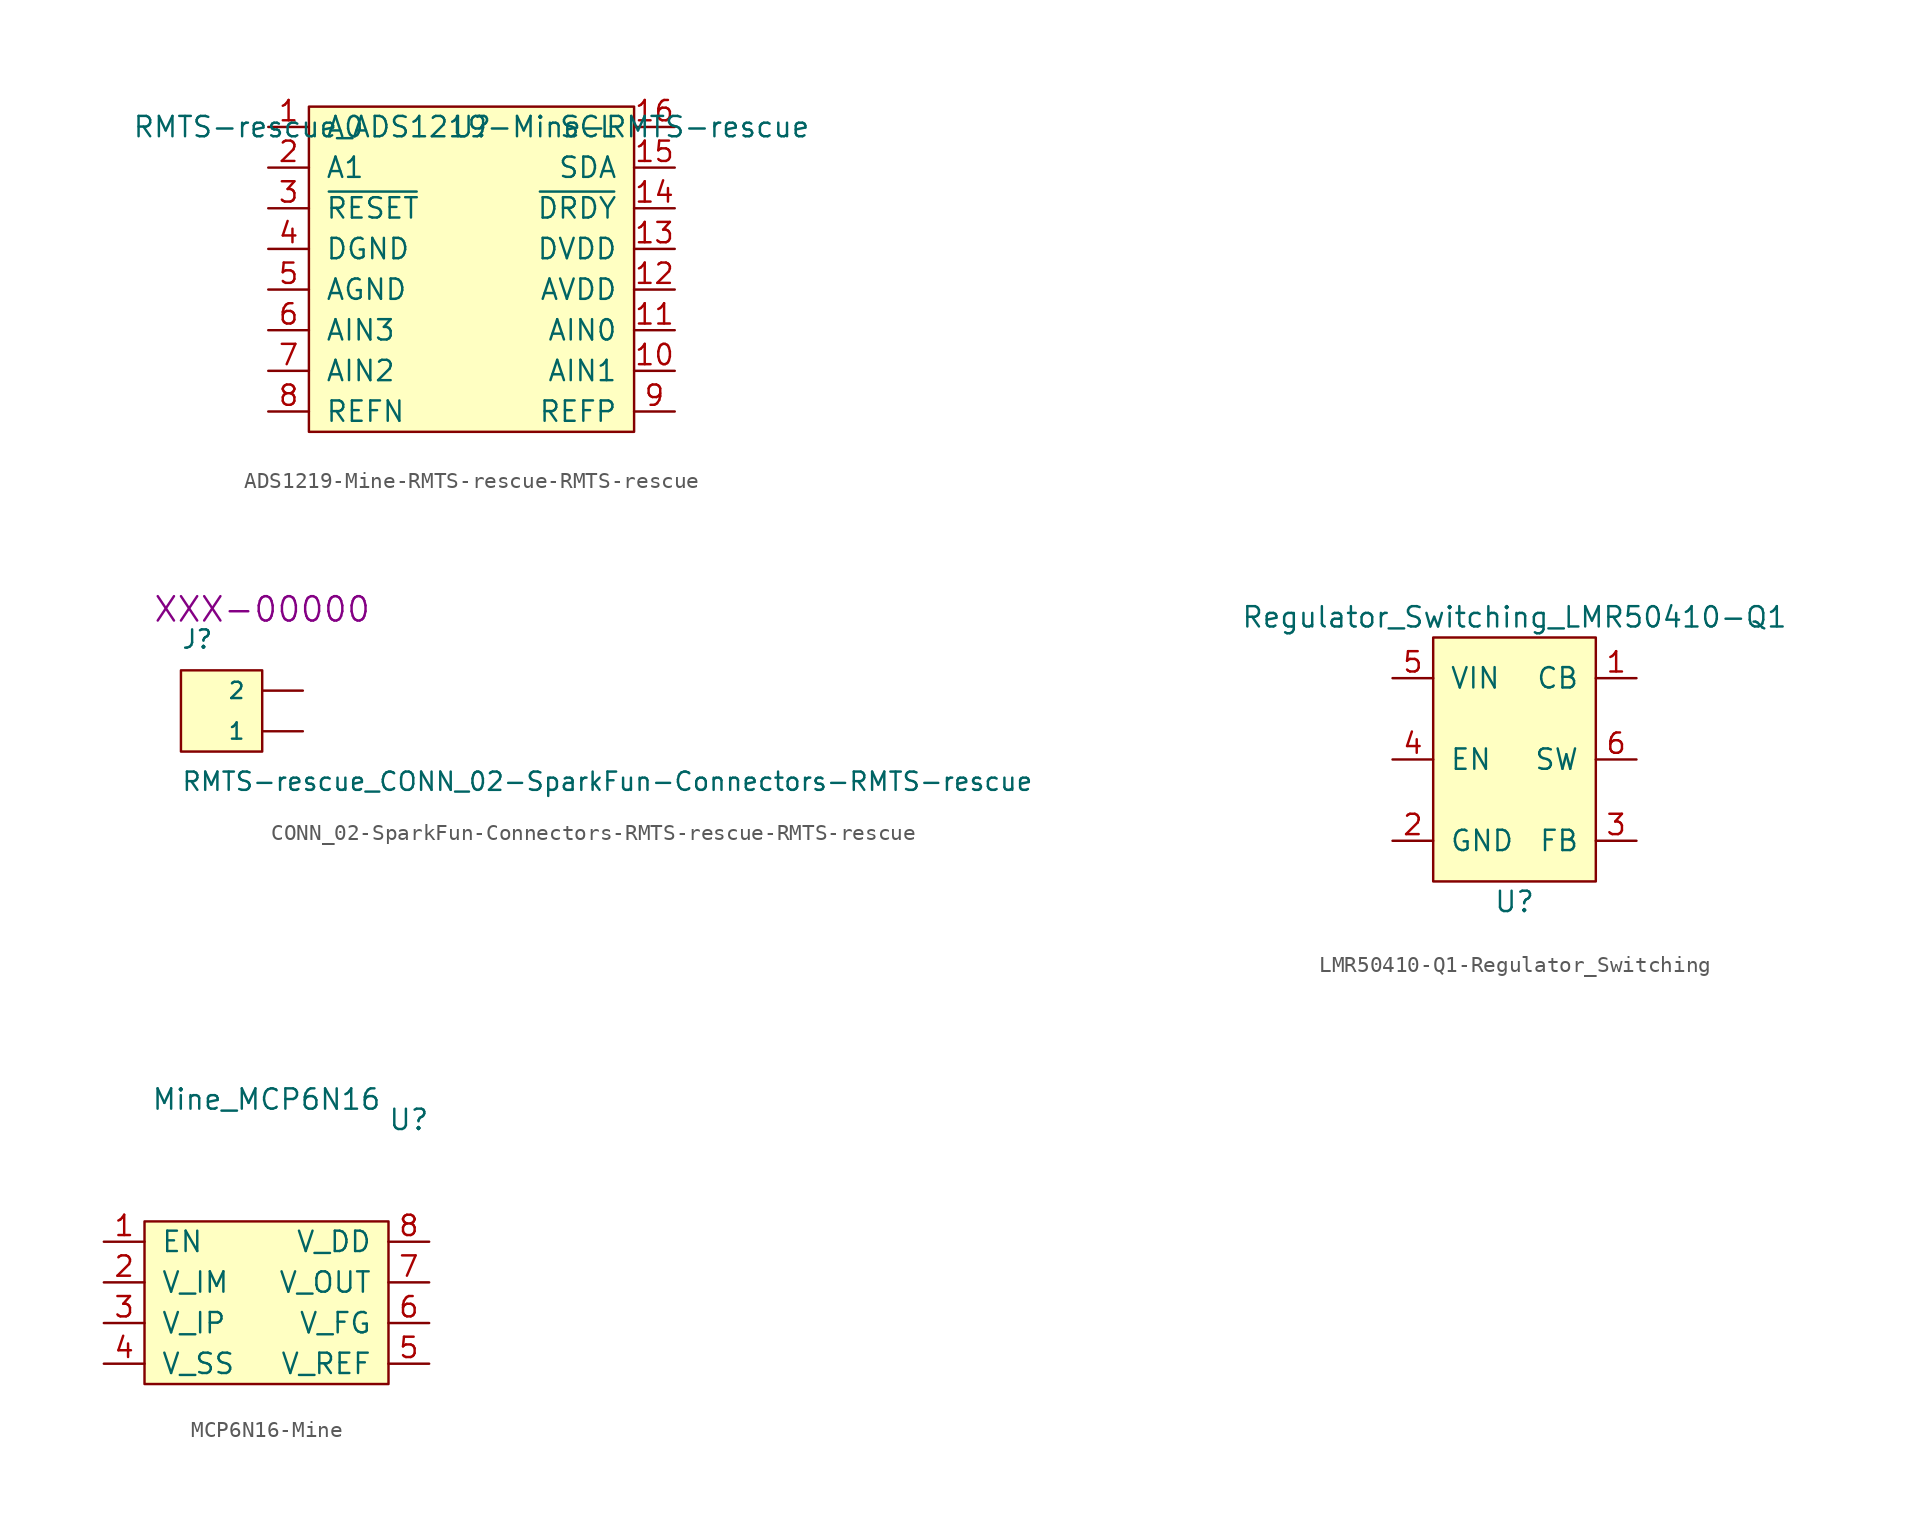
<source format=kicad_sym>
(kicad_symbol_lib
  (version 20220914)
  (generator kicad_symbol_editor)
  (symbol "ADS1219-Mine-RMTS-rescue-RMTS-rescue"
    (pin_names
      (offset 1.016))
    (property "Reference" "U"
      (at 0 0 0)
      (effects (font (size 1.27 1.27))))
    (property "Value" "RMTS-rescue_ADS1219-Mine-RMTS-rescue"
      (at 0 0 0)
      (effects (font (size 1.27 1.27))))
    (symbol "ADS1219-Mine-RMTS-rescue-RMTS-rescue_0_0"
      (pin input line (at -12.7 0 0) (length 2.54) (name "A0" (effects (font (size 1.27 1.27)))) (number "1" (effects (font (size 1.27 1.27)))))
      (pin input line (at 12.7 -15.24 180) (length 2.54) (name "AIN1" (effects (font (size 1.27 1.27)))) (number "10" (effects (font (size 1.27 1.27)))))
      (pin input line (at 12.7 -12.7 180) (length 2.54) (name "AIN0" (effects (font (size 1.27 1.27)))) (number "11" (effects (font (size 1.27 1.27)))))
      (pin power_in line (at 12.7 -10.16 180) (length 2.54) (name "AVDD" (effects (font (size 1.27 1.27)))) (number "12" (effects (font (size 1.27 1.27)))))
      (pin power_in line (at 12.7 -7.62 180) (length 2.54) (name "DVDD" (effects (font (size 1.27 1.27)))) (number "13" (effects (font (size 1.27 1.27)))))
      (pin output line (at 12.7 -5.08 180) (length 2.54) (name "~{DRDY}" (effects (font (size 1.27 1.27)))) (number "14" (effects (font (size 1.27 1.27)))))
      (pin input line (at 12.7 -2.54 180) (length 2.54) (name "SDA" (effects (font (size 1.27 1.27)))) (number "15" (effects (font (size 1.27 1.27)))))
      (pin input line (at 12.7 0 180) (length 2.54) (name "SCL" (effects (font (size 1.27 1.27)))) (number "16" (effects (font (size 1.27 1.27)))))
      (pin input line (at -12.7 -2.54 0) (length 2.54) (name "A1" (effects (font (size 1.27 1.27)))) (number "2" (effects (font (size 1.27 1.27)))))
      (pin input line (at -12.7 -5.08 0) (length 2.54) (name "~{RESET}" (effects (font (size 1.27 1.27)))) (number "3" (effects (font (size 1.27 1.27)))))
      (pin input line (at -12.7 -7.62 0) (length 2.54) (name "DGND" (effects (font (size 1.27 1.27)))) (number "4" (effects (font (size 1.27 1.27)))))
      (pin input line (at -12.7 -10.16 0) (length 2.54) (name "AGND" (effects (font (size 1.27 1.27)))) (number "5" (effects (font (size 1.27 1.27)))))
      (pin input line (at -12.7 -12.7 0) (length 2.54) (name "AIN3" (effects (font (size 1.27 1.27)))) (number "6" (effects (font (size 1.27 1.27)))))
      (pin input line (at -12.7 -15.24 0) (length 2.54) (name "AIN2" (effects (font (size 1.27 1.27)))) (number "7" (effects (font (size 1.27 1.27)))))
      (pin input line (at -12.7 -17.78 0) (length 2.54) (name "REFN" (effects (font (size 1.27 1.27)))) (number "8" (effects (font (size 1.27 1.27)))))
      (pin input line (at 12.7 -17.78 180) (length 2.54) (name "REFP" (effects (font (size 1.27 1.27)))) (number "9" (effects (font (size 1.27 1.27))))))
    (symbol "ADS1219-Mine-RMTS-rescue-RMTS-rescue_0_1"
      (rectangle (start -10.16 1.27) (end 10.16 -19.05) (stroke (width 0) (type solid)) (fill (type background)))))
  (symbol "CONN_02-SparkFun-Connectors-RMTS-rescue-RMTS-rescue"
    (pin_numbers hide)
    (pin_names
      (offset 1.016))
    (property "Reference" "J"
      (at -5.08 5.08 0)
      (effects (font (size 1.143 1.143)) (justify left bottom)))
    (property "Value" "RMTS-rescue_CONN_02-SparkFun-Connectors-RMTS-rescue"
      (at -5.08 -3.81 0)
      (effects (font (size 1.143 1.143)) (justify left bottom)))
    (property "Field4" "XXX-00000"
      (at 0 7.62 0)
      (effects (font (size 1.524 1.524))))
    (property "ki_locked" ""
      (at 0 0 0)
      (effects (font (size 1.27 1.27))))
    (symbol "CONN_02-SparkFun-Connectors-RMTS-rescue-RMTS-rescue_1_0"
      (rectangle (start 0 -1.27) (end -5.08 3.81) (stroke (width 0) (type solid)) (fill (type background))))
    (symbol "CONN_02-SparkFun-Connectors-RMTS-rescue-RMTS-rescue_1_1"
      (pin passive line (at 2.54 0 180) (length 2.54) (name "1" (effects (font (size 1.016 1.016)))) (number "1" (effects (font (size 1.016 1.016)))))
      (pin passive line (at 2.54 2.54 180) (length 2.54) (name "2" (effects (font (size 1.016 1.016)))) (number "2" (effects (font (size 1.016 1.016)))))))
  (symbol "LMR50410-Q1-Regulator_Switching"
    (pin_names
      (offset 1.016))
    (property "Reference" "U"
      (at 0 -13.97 0)
      (effects (font (size 1.27 1.27))))
    (property "Value" "Regulator_Switching_LMR50410-Q1"
      (at 0 3.81 0)
      (effects (font (size 1.27 1.27))))
    (symbol "LMR50410-Q1-Regulator_Switching_0_0"
      (pin unspecified line (at 7.62 0 180) (length 2.54) (name "CB" (effects (font (size 1.27 1.27)))) (number "1" (effects (font (size 1.27 1.27)))))
      (pin power_in line (at -7.62 -10.16 0) (length 2.54) (name "GND" (effects (font (size 1.27 1.27)))) (number "2" (effects (font (size 1.27 1.27)))))
      (pin input line (at 7.62 -10.16 180) (length 2.54) (name "FB" (effects (font (size 1.27 1.27)))) (number "3" (effects (font (size 1.27 1.27)))))
      (pin input line (at -7.62 -5.08 0) (length 2.54) (name "EN" (effects (font (size 1.27 1.27)))) (number "4" (effects (font (size 1.27 1.27)))))
      (pin power_in line (at -7.62 0 0) (length 2.54) (name "VIN" (effects (font (size 1.27 1.27)))) (number "5" (effects (font (size 1.27 1.27)))))
      (pin power_out line (at 7.62 -5.08 180) (length 2.54) (name "SW" (effects (font (size 1.27 1.27)))) (number "6" (effects (font (size 1.27 1.27))))))
    (symbol "LMR50410-Q1-Regulator_Switching_0_1"
      (rectangle (start -5.08 2.54) (end 5.08 -12.7) (stroke (width 0) (type solid)) (fill (type background)))))
  (symbol "MCP6N16-Mine"
    (pin_names
      (offset 1.016))
    (property "Reference" "U"
      (at 8.89 11.43 0)
      (effects (font (size 1.27 1.27))))
    (property "Value" "Mine_MCP6N16"
      (at 0 12.7 0)
      (effects (font (size 1.27 1.27))))
    (symbol "MCP6N16-Mine_1_1"
      (rectangle (start -7.62 5.08) (end 7.62 -5.08) (stroke (width 0) (type solid)) (fill (type background)))
      (pin unspecified line (at -10.16 3.81 0) (length 2.54) (name "EN" (effects (font (size 1.27 1.27)))) (number "1" (effects (font (size 1.27 1.27)))))
      (pin unspecified line (at -10.16 1.27 0) (length 2.54) (name "V_IM" (effects (font (size 1.27 1.27)))) (number "2" (effects (font (size 1.27 1.27)))))
      (pin unspecified line (at -10.16 -1.27 0) (length 2.54) (name "V_IP" (effects (font (size 1.27 1.27)))) (number "3" (effects (font (size 1.27 1.27)))))
      (pin unspecified line (at -10.16 -3.81 0) (length 2.54) (name "V_SS" (effects (font (size 1.27 1.27)))) (number "4" (effects (font (size 1.27 1.27)))))
      (pin unspecified line (at 10.16 -3.81 180) (length 2.54) (name "V_REF" (effects (font (size 1.27 1.27)))) (number "5" (effects (font (size 1.27 1.27)))))
      (pin unspecified line (at 10.16 -1.27 180) (length 2.54) (name "V_FG" (effects (font (size 1.27 1.27)))) (number "6" (effects (font (size 1.27 1.27)))))
      (pin unspecified line (at 10.16 1.27 180) (length 2.54) (name "V_OUT" (effects (font (size 1.27 1.27)))) (number "7" (effects (font (size 1.27 1.27)))))
      (pin unspecified line (at 10.16 3.81 180) (length 2.54) (name "V_DD" (effects (font (size 1.27 1.27)))) (number "8" (effects (font (size 1.27 1.27))))))))
</source>
